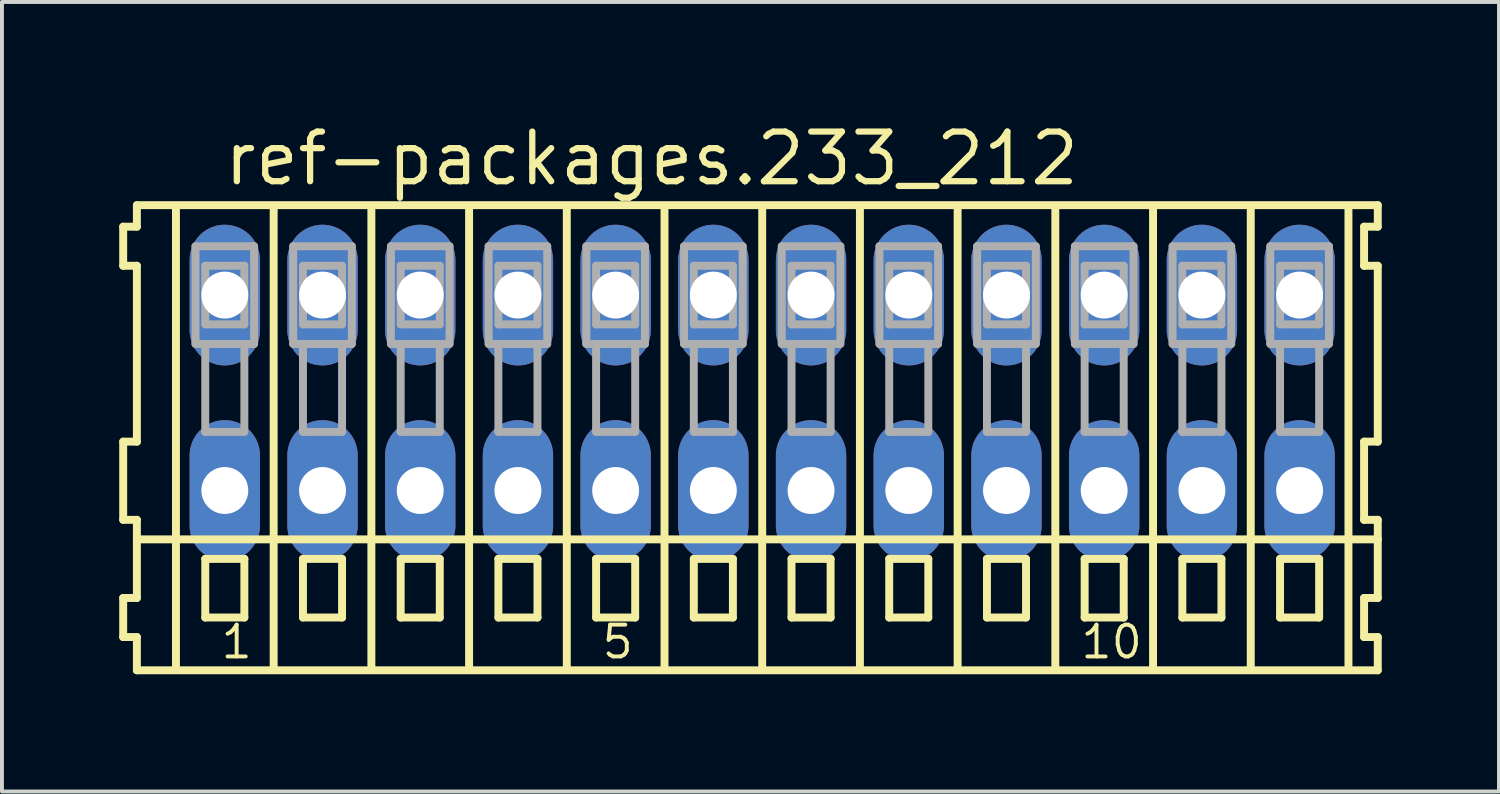
<source format=kicad_pcb>
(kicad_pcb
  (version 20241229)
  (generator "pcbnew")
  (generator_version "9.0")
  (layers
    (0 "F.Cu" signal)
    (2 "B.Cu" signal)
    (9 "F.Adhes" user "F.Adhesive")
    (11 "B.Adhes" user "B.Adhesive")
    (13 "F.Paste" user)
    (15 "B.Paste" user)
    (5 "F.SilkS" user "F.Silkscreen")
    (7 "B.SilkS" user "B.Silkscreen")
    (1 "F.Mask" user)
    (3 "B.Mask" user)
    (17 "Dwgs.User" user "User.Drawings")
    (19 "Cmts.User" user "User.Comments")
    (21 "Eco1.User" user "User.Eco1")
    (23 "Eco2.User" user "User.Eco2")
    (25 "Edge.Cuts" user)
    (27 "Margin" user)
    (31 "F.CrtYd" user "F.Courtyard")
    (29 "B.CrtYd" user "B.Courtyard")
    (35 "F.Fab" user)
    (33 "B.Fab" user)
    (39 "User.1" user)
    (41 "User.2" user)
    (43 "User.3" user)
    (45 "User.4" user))
  (footprint "ref-packages.233_212"
    (layer "F.Cu")
    (at 16.452 7)
    (property "Reference" "ref-packages.233_212" (at -13.85 -5.25 0) (layer "F.SilkS") (effects (font (size 1.27 1.27) (thickness 0.16)) (justify left bottom)))
    (attr through_hole)
    (fp_line (start -16.35 -4.25) (end -16.35 -3.25) (stroke (width 0.203) (type default)) (layer "F.SilkS"))
    (fp_line (start -16.35 -3.25) (end -16 -3.25) (stroke (width 0.203) (type default)) (layer "F.SilkS"))
    (fp_line (start -16.35 1.25) (end -16.35 3.25) (stroke (width 0.203) (type default)) (layer "F.SilkS"))
    (fp_line (start -16.35 3.25) (end -16 3.25) (stroke (width 0.203) (type default)) (layer "F.SilkS"))
    (fp_line (start -16.35 5.25) (end -16.35 6.25) (stroke (width 0.203) (type default)) (layer "F.SilkS"))
    (fp_line (start -16.35 6.25) (end -16 6.25) (stroke (width 0.203) (type default)) (layer "F.SilkS"))
    (fp_line (start -16 -4.8) (end -16 -4.25) (stroke (width 0.203) (type default)) (layer "F.SilkS"))
    (fp_line (start -16 -4.25) (end -16.35 -4.25) (stroke (width 0.203) (type default)) (layer "F.SilkS"))
    (fp_line (start -16 -3.25) (end -16 1.25) (stroke (width 0.203) (type default)) (layer "F.SilkS"))
    (fp_line (start -16 1.25) (end -16.35 1.25) (stroke (width 0.203) (type default)) (layer "F.SilkS"))
    (fp_line (start -16 3.25) (end -16 5.25) (stroke (width 0.203) (type default)) (layer "F.SilkS"))
    (fp_line (start -16 3.75) (end 15.75 3.75) (stroke (width 0.203) (type default)) (layer "F.SilkS"))
    (fp_line (start -16 5.25) (end -16.35 5.25) (stroke (width 0.203) (type default)) (layer "F.SilkS"))
    (fp_line (start -16 6.25) (end -16 7.1) (stroke (width 0.203) (type default)) (layer "F.SilkS"))
    (fp_line (start -16 7.1) (end 15.75 7.1) (stroke (width 0.203) (type default)) (layer "F.SilkS"))
    (fp_line (start -15 -4.75) (end -15 7) (stroke (width 0.203) (type default)) (layer "F.SilkS"))
    (fp_line (start -14.25 4.25) (end -14.25 5.75) (stroke (width 0.203) (type default)) (layer "F.SilkS"))
    (fp_line (start -14.25 5.75) (end -13.25 5.75) (stroke (width 0.203) (type default)) (layer "F.SilkS"))
    (fp_line (start -13.25 4.25) (end -14.25 4.25) (stroke (width 0.203) (type default)) (layer "F.SilkS"))
    (fp_line (start -13.25 5.75) (end -13.25 4.25) (stroke (width 0.203) (type default)) (layer "F.SilkS"))
    (fp_line (start -12.5 -4.75) (end -12.5 7) (stroke (width 0.203) (type default)) (layer "F.SilkS"))
    (fp_line (start -11.75 4.25) (end -11.75 5.75) (stroke (width 0.203) (type default)) (layer "F.SilkS"))
    (fp_line (start -11.75 5.75) (end -10.75 5.75) (stroke (width 0.203) (type default)) (layer "F.SilkS"))
    (fp_line (start -10.75 4.25) (end -11.75 4.25) (stroke (width 0.203) (type default)) (layer "F.SilkS"))
    (fp_line (start -10.75 5.75) (end -10.75 4.25) (stroke (width 0.203) (type default)) (layer "F.SilkS"))
    (fp_line (start -10 -4.75) (end -10 7) (stroke (width 0.203) (type default)) (layer "F.SilkS"))
    (fp_line (start -9.25 4.25) (end -9.25 5.75) (stroke (width 0.203) (type default)) (layer "F.SilkS"))
    (fp_line (start -9.25 5.75) (end -8.25 5.75) (stroke (width 0.203) (type default)) (layer "F.SilkS"))
    (fp_line (start -8.25 4.25) (end -9.25 4.25) (stroke (width 0.203) (type default)) (layer "F.SilkS"))
    (fp_line (start -8.25 5.75) (end -8.25 4.25) (stroke (width 0.203) (type default)) (layer "F.SilkS"))
    (fp_line (start -7.5 -4.75) (end -7.5 7) (stroke (width 0.203) (type default)) (layer "F.SilkS"))
    (fp_line (start -6.75 4.25) (end -6.75 5.75) (stroke (width 0.203) (type default)) (layer "F.SilkS"))
    (fp_line (start -6.75 5.75) (end -5.75 5.75) (stroke (width 0.203) (type default)) (layer "F.SilkS"))
    (fp_line (start -5.75 4.25) (end -6.75 4.25) (stroke (width 0.203) (type default)) (layer "F.SilkS"))
    (fp_line (start -5.75 5.75) (end -5.75 4.25) (stroke (width 0.203) (type default)) (layer "F.SilkS"))
    (fp_line (start -5 -4.75) (end -5 7) (stroke (width 0.203) (type default)) (layer "F.SilkS"))
    (fp_line (start -4.25 4.25) (end -4.25 5.75) (stroke (width 0.203) (type default)) (layer "F.SilkS"))
    (fp_line (start -4.25 5.75) (end -3.25 5.75) (stroke (width 0.203) (type default)) (layer "F.SilkS"))
    (fp_line (start -3.25 4.25) (end -4.25 4.25) (stroke (width 0.203) (type default)) (layer "F.SilkS"))
    (fp_line (start -3.25 5.75) (end -3.25 4.25) (stroke (width 0.203) (type default)) (layer "F.SilkS"))
    (fp_line (start -2.5 -4.75) (end -2.5 7) (stroke (width 0.203) (type default)) (layer "F.SilkS"))
    (fp_line (start -1.75 4.25) (end -1.75 5.75) (stroke (width 0.203) (type default)) (layer "F.SilkS"))
    (fp_line (start -1.75 5.75) (end -0.75 5.75) (stroke (width 0.203) (type default)) (layer "F.SilkS"))
    (fp_line (start -0.75 4.25) (end -1.75 4.25) (stroke (width 0.203) (type default)) (layer "F.SilkS"))
    (fp_line (start -0.75 5.75) (end -0.75 4.25) (stroke (width 0.203) (type default)) (layer "F.SilkS"))
    (fp_line (start 0 -4.75) (end 0 7) (stroke (width 0.203) (type default)) (layer "F.SilkS"))
    (fp_line (start 0.75 4.25) (end 0.75 5.75) (stroke (width 0.203) (type default)) (layer "F.SilkS"))
    (fp_line (start 0.75 5.75) (end 1.75 5.75) (stroke (width 0.203) (type default)) (layer "F.SilkS"))
    (fp_line (start 1.75 4.25) (end 0.75 4.25) (stroke (width 0.203) (type default)) (layer "F.SilkS"))
    (fp_line (start 1.75 5.75) (end 1.75 4.25) (stroke (width 0.203) (type default)) (layer "F.SilkS"))
    (fp_line (start 2.5 -4.75) (end 2.5 7) (stroke (width 0.203) (type default)) (layer "F.SilkS"))
    (fp_line (start 3.25 4.25) (end 3.25 5.75) (stroke (width 0.203) (type default)) (layer "F.SilkS"))
    (fp_line (start 3.25 5.75) (end 4.25 5.75) (stroke (width 0.203) (type default)) (layer "F.SilkS"))
    (fp_line (start 4.25 4.25) (end 3.25 4.25) (stroke (width 0.203) (type default)) (layer "F.SilkS"))
    (fp_line (start 4.25 5.75) (end 4.25 4.25) (stroke (width 0.203) (type default)) (layer "F.SilkS"))
    (fp_line (start 5 -4.75) (end 5 7) (stroke (width 0.203) (type default)) (layer "F.SilkS"))
    (fp_line (start 5.75 4.25) (end 5.75 5.75) (stroke (width 0.203) (type default)) (layer "F.SilkS"))
    (fp_line (start 5.75 5.75) (end 6.75 5.75) (stroke (width 0.203) (type default)) (layer "F.SilkS"))
    (fp_line (start 6.75 4.25) (end 5.75 4.25) (stroke (width 0.203) (type default)) (layer "F.SilkS"))
    (fp_line (start 6.75 5.75) (end 6.75 4.25) (stroke (width 0.203) (type default)) (layer "F.SilkS"))
    (fp_line (start 7.5 -4.75) (end 7.5 7) (stroke (width 0.203) (type default)) (layer "F.SilkS"))
    (fp_line (start 8.25 4.25) (end 8.25 5.75) (stroke (width 0.203) (type default)) (layer "F.SilkS"))
    (fp_line (start 8.25 5.75) (end 9.25 5.75) (stroke (width 0.203) (type default)) (layer "F.SilkS"))
    (fp_line (start 9.25 4.25) (end 8.25 4.25) (stroke (width 0.203) (type default)) (layer "F.SilkS"))
    (fp_line (start 9.25 5.75) (end 9.25 4.25) (stroke (width 0.203) (type default)) (layer "F.SilkS"))
    (fp_line (start 10 -4.75) (end 10 7) (stroke (width 0.203) (type default)) (layer "F.SilkS"))
    (fp_line (start 10.75 4.25) (end 10.75 5.75) (stroke (width 0.203) (type default)) (layer "F.SilkS"))
    (fp_line (start 10.75 5.75) (end 11.75 5.75) (stroke (width 0.203) (type default)) (layer "F.SilkS"))
    (fp_line (start 11.75 4.25) (end 10.75 4.25) (stroke (width 0.203) (type default)) (layer "F.SilkS"))
    (fp_line (start 11.75 5.75) (end 11.75 4.25) (stroke (width 0.203) (type default)) (layer "F.SilkS"))
    (fp_line (start 12.5 -4.75) (end 12.5 7) (stroke (width 0.203) (type default)) (layer "F.SilkS"))
    (fp_line (start 13.25 4.25) (end 13.25 5.75) (stroke (width 0.203) (type default)) (layer "F.SilkS"))
    (fp_line (start 13.25 5.75) (end 14.25 5.75) (stroke (width 0.203) (type default)) (layer "F.SilkS"))
    (fp_line (start 14.25 4.25) (end 13.25 4.25) (stroke (width 0.203) (type default)) (layer "F.SilkS"))
    (fp_line (start 14.25 5.75) (end 14.25 4.25) (stroke (width 0.203) (type default)) (layer "F.SilkS"))
    (fp_line (start 15 -4.75) (end 15 7) (stroke (width 0.203) (type default)) (layer "F.SilkS"))
    (fp_line (start 15.4 -4.25) (end 15.4 -3.25) (stroke (width 0.203) (type default)) (layer "F.SilkS"))
    (fp_line (start 15.4 -3.25) (end 15.75 -3.25) (stroke (width 0.203) (type default)) (layer "F.SilkS"))
    (fp_line (start 15.4 1.25) (end 15.4 3.25) (stroke (width 0.203) (type default)) (layer "F.SilkS"))
    (fp_line (start 15.4 3.25) (end 15.75 3.25) (stroke (width 0.203) (type default)) (layer "F.SilkS"))
    (fp_line (start 15.4 5.25) (end 15.4 6.25) (stroke (width 0.203) (type default)) (layer "F.SilkS"))
    (fp_line (start 15.4 6.25) (end 15.75 6.25) (stroke (width 0.203) (type default)) (layer "F.SilkS"))
    (fp_line (start 15.75 -4.8) (end -16 -4.8) (stroke (width 0.203) (type default)) (layer "F.SilkS"))
    (fp_line (start 15.75 -4.25) (end 15.4 -4.25) (stroke (width 0.203) (type default)) (layer "F.SilkS"))
    (fp_line (start 15.75 -4.25) (end 15.75 -4.8) (stroke (width 0.203) (type default)) (layer "F.SilkS"))
    (fp_line (start 15.75 1.25) (end 15.4 1.25) (stroke (width 0.203) (type default)) (layer "F.SilkS"))
    (fp_line (start 15.75 1.25) (end 15.75 -3.25) (stroke (width 0.203) (type default)) (layer "F.SilkS"))
    (fp_line (start 15.75 3.75) (end 15.75 3.25) (stroke (width 0.203) (type default)) (layer "F.SilkS"))
    (fp_line (start 15.75 5.25) (end 15.4 5.25) (stroke (width 0.203) (type default)) (layer "F.SilkS"))
    (fp_line (start 15.75 5.25) (end 15.75 3.75) (stroke (width 0.203) (type default)) (layer "F.SilkS"))
    (fp_line (start 15.75 7.1) (end 15.75 6.25) (stroke (width 0.203) (type default)) (layer "F.SilkS"))
    (fp_line (start -14.5 -3.75) (end -14.5 -1.25) (stroke (width 0.203) (type default)) (layer "F.Fab"))
    (fp_line (start -14.5 -1.25) (end -14.25 -1.25) (stroke (width 0.203) (type default)) (layer "F.Fab"))
    (fp_line (start -14.25 -3.25) (end -14.25 -1.75) (stroke (width 0.203) (type default)) (layer "F.Fab"))
    (fp_line (start -14.25 -1.75) (end -13.25 -1.75) (stroke (width 0.203) (type default)) (layer "F.Fab"))
    (fp_line (start -14.25 -1.25) (end -14.25 1) (stroke (width 0.203) (type default)) (layer "F.Fab"))
    (fp_line (start -14.25 -1.25) (end -13.25 -1.25) (stroke (width 0.203) (type default)) (layer "F.Fab"))
    (fp_line (start -14.25 1) (end -13.25 1) (stroke (width 0.203) (type default)) (layer "F.Fab"))
    (fp_line (start -13.25 -3.25) (end -14.25 -3.25) (stroke (width 0.203) (type default)) (layer "F.Fab"))
    (fp_line (start -13.25 -1.75) (end -13.25 -3.25) (stroke (width 0.203) (type default)) (layer "F.Fab"))
    (fp_line (start -13.25 -1.25) (end -13 -1.25) (stroke (width 0.203) (type default)) (layer "F.Fab"))
    (fp_line (start -13.25 1) (end -13.25 -1.25) (stroke (width 0.203) (type default)) (layer "F.Fab"))
    (fp_line (start -13 -3.75) (end -14.5 -3.75) (stroke (width 0.203) (type default)) (layer "F.Fab"))
    (fp_line (start -13 -1.25) (end -13 -3.75) (stroke (width 0.203) (type default)) (layer "F.Fab"))
    (fp_line (start -12 -3.75) (end -12 -1.25) (stroke (width 0.203) (type default)) (layer "F.Fab"))
    (fp_line (start -12 -1.25) (end -11.75 -1.25) (stroke (width 0.203) (type default)) (layer "F.Fab"))
    (fp_line (start -11.75 -3.25) (end -11.75 -1.75) (stroke (width 0.203) (type default)) (layer "F.Fab"))
    (fp_line (start -11.75 -1.75) (end -10.75 -1.75) (stroke (width 0.203) (type default)) (layer "F.Fab"))
    (fp_line (start -11.75 -1.25) (end -11.75 1) (stroke (width 0.203) (type default)) (layer "F.Fab"))
    (fp_line (start -11.75 -1.25) (end -10.75 -1.25) (stroke (width 0.203) (type default)) (layer "F.Fab"))
    (fp_line (start -11.75 1) (end -10.75 1) (stroke (width 0.203) (type default)) (layer "F.Fab"))
    (fp_line (start -10.75 -3.25) (end -11.75 -3.25) (stroke (width 0.203) (type default)) (layer "F.Fab"))
    (fp_line (start -10.75 -1.75) (end -10.75 -3.25) (stroke (width 0.203) (type default)) (layer "F.Fab"))
    (fp_line (start -10.75 -1.25) (end -10.5 -1.25) (stroke (width 0.203) (type default)) (layer "F.Fab"))
    (fp_line (start -10.75 1) (end -10.75 -1.25) (stroke (width 0.203) (type default)) (layer "F.Fab"))
    (fp_line (start -10.5 -3.75) (end -12 -3.75) (stroke (width 0.203) (type default)) (layer "F.Fab"))
    (fp_line (start -10.5 -1.25) (end -10.5 -3.75) (stroke (width 0.203) (type default)) (layer "F.Fab"))
    (fp_line (start -9.5 -3.75) (end -9.5 -1.25) (stroke (width 0.203) (type default)) (layer "F.Fab"))
    (fp_line (start -9.5 -1.25) (end -9.25 -1.25) (stroke (width 0.203) (type default)) (layer "F.Fab"))
    (fp_line (start -9.25 -3.25) (end -9.25 -1.75) (stroke (width 0.203) (type default)) (layer "F.Fab"))
    (fp_line (start -9.25 -1.75) (end -8.25 -1.75) (stroke (width 0.203) (type default)) (layer "F.Fab"))
    (fp_line (start -9.25 -1.25) (end -9.25 1) (stroke (width 0.203) (type default)) (layer "F.Fab"))
    (fp_line (start -9.25 -1.25) (end -8.25 -1.25) (stroke (width 0.203) (type default)) (layer "F.Fab"))
    (fp_line (start -9.25 1) (end -8.25 1) (stroke (width 0.203) (type default)) (layer "F.Fab"))
    (fp_line (start -8.25 -3.25) (end -9.25 -3.25) (stroke (width 0.203) (type default)) (layer "F.Fab"))
    (fp_line (start -8.25 -1.75) (end -8.25 -3.25) (stroke (width 0.203) (type default)) (layer "F.Fab"))
    (fp_line (start -8.25 -1.25) (end -8 -1.25) (stroke (width 0.203) (type default)) (layer "F.Fab"))
    (fp_line (start -8.25 1) (end -8.25 -1.25) (stroke (width 0.203) (type default)) (layer "F.Fab"))
    (fp_line (start -8 -3.75) (end -9.5 -3.75) (stroke (width 0.203) (type default)) (layer "F.Fab"))
    (fp_line (start -8 -1.25) (end -8 -3.75) (stroke (width 0.203) (type default)) (layer "F.Fab"))
    (fp_line (start -7 -3.75) (end -7 -1.25) (stroke (width 0.203) (type default)) (layer "F.Fab"))
    (fp_line (start -7 -1.25) (end -6.75 -1.25) (stroke (width 0.203) (type default)) (layer "F.Fab"))
    (fp_line (start -6.75 -3.25) (end -6.75 -1.75) (stroke (width 0.203) (type default)) (layer "F.Fab"))
    (fp_line (start -6.75 -1.75) (end -5.75 -1.75) (stroke (width 0.203) (type default)) (layer "F.Fab"))
    (fp_line (start -6.75 -1.25) (end -6.75 1) (stroke (width 0.203) (type default)) (layer "F.Fab"))
    (fp_line (start -6.75 -1.25) (end -5.75 -1.25) (stroke (width 0.203) (type default)) (layer "F.Fab"))
    (fp_line (start -6.75 1) (end -5.75 1) (stroke (width 0.203) (type default)) (layer "F.Fab"))
    (fp_line (start -5.75 -3.25) (end -6.75 -3.25) (stroke (width 0.203) (type default)) (layer "F.Fab"))
    (fp_line (start -5.75 -1.75) (end -5.75 -3.25) (stroke (width 0.203) (type default)) (layer "F.Fab"))
    (fp_line (start -5.75 -1.25) (end -5.5 -1.25) (stroke (width 0.203) (type default)) (layer "F.Fab"))
    (fp_line (start -5.75 1) (end -5.75 -1.25) (stroke (width 0.203) (type default)) (layer "F.Fab"))
    (fp_line (start -5.5 -3.75) (end -7 -3.75) (stroke (width 0.203) (type default)) (layer "F.Fab"))
    (fp_line (start -5.5 -1.25) (end -5.5 -3.75) (stroke (width 0.203) (type default)) (layer "F.Fab"))
    (fp_line (start -4.5 -3.75) (end -4.5 -1.25) (stroke (width 0.203) (type default)) (layer "F.Fab"))
    (fp_line (start -4.5 -1.25) (end -4.25 -1.25) (stroke (width 0.203) (type default)) (layer "F.Fab"))
    (fp_line (start -4.25 -3.25) (end -4.25 -1.75) (stroke (width 0.203) (type default)) (layer "F.Fab"))
    (fp_line (start -4.25 -1.75) (end -3.25 -1.75) (stroke (width 0.203) (type default)) (layer "F.Fab"))
    (fp_line (start -4.25 -1.25) (end -4.25 1) (stroke (width 0.203) (type default)) (layer "F.Fab"))
    (fp_line (start -4.25 -1.25) (end -3.25 -1.25) (stroke (width 0.203) (type default)) (layer "F.Fab"))
    (fp_line (start -4.25 1) (end -3.25 1) (stroke (width 0.203) (type default)) (layer "F.Fab"))
    (fp_line (start -3.25 -3.25) (end -4.25 -3.25) (stroke (width 0.203) (type default)) (layer "F.Fab"))
    (fp_line (start -3.25 -1.75) (end -3.25 -3.25) (stroke (width 0.203) (type default)) (layer "F.Fab"))
    (fp_line (start -3.25 -1.25) (end -3 -1.25) (stroke (width 0.203) (type default)) (layer "F.Fab"))
    (fp_line (start -3.25 1) (end -3.25 -1.25) (stroke (width 0.203) (type default)) (layer "F.Fab"))
    (fp_line (start -3 -3.75) (end -4.5 -3.75) (stroke (width 0.203) (type default)) (layer "F.Fab"))
    (fp_line (start -3 -1.25) (end -3 -3.75) (stroke (width 0.203) (type default)) (layer "F.Fab"))
    (fp_line (start -2 -3.75) (end -2 -1.25) (stroke (width 0.203) (type default)) (layer "F.Fab"))
    (fp_line (start -2 -1.25) (end -1.75 -1.25) (stroke (width 0.203) (type default)) (layer "F.Fab"))
    (fp_line (start -1.75 -3.25) (end -1.75 -1.75) (stroke (width 0.203) (type default)) (layer "F.Fab"))
    (fp_line (start -1.75 -1.75) (end -0.75 -1.75) (stroke (width 0.203) (type default)) (layer "F.Fab"))
    (fp_line (start -1.75 -1.25) (end -1.75 1) (stroke (width 0.203) (type default)) (layer "F.Fab"))
    (fp_line (start -1.75 -1.25) (end -0.75 -1.25) (stroke (width 0.203) (type default)) (layer "F.Fab"))
    (fp_line (start -1.75 1) (end -0.75 1) (stroke (width 0.203) (type default)) (layer "F.Fab"))
    (fp_line (start -0.75 -3.25) (end -1.75 -3.25) (stroke (width 0.203) (type default)) (layer "F.Fab"))
    (fp_line (start -0.75 -1.75) (end -0.75 -3.25) (stroke (width 0.203) (type default)) (layer "F.Fab"))
    (fp_line (start -0.75 -1.25) (end -0.5 -1.25) (stroke (width 0.203) (type default)) (layer "F.Fab"))
    (fp_line (start -0.75 1) (end -0.75 -1.25) (stroke (width 0.203) (type default)) (layer "F.Fab"))
    (fp_line (start -0.5 -3.75) (end -2 -3.75) (stroke (width 0.203) (type default)) (layer "F.Fab"))
    (fp_line (start -0.5 -1.25) (end -0.5 -3.75) (stroke (width 0.203) (type default)) (layer "F.Fab"))
    (fp_line (start 0.5 -3.75) (end 0.5 -1.25) (stroke (width 0.203) (type default)) (layer "F.Fab"))
    (fp_line (start 0.5 -1.25) (end 0.75 -1.25) (stroke (width 0.203) (type default)) (layer "F.Fab"))
    (fp_line (start 0.75 -3.25) (end 0.75 -1.75) (stroke (width 0.203) (type default)) (layer "F.Fab"))
    (fp_line (start 0.75 -1.75) (end 1.75 -1.75) (stroke (width 0.203) (type default)) (layer "F.Fab"))
    (fp_line (start 0.75 -1.25) (end 0.75 1) (stroke (width 0.203) (type default)) (layer "F.Fab"))
    (fp_line (start 0.75 -1.25) (end 1.75 -1.25) (stroke (width 0.203) (type default)) (layer "F.Fab"))
    (fp_line (start 0.75 1) (end 1.75 1) (stroke (width 0.203) (type default)) (layer "F.Fab"))
    (fp_line (start 1.75 -3.25) (end 0.75 -3.25) (stroke (width 0.203) (type default)) (layer "F.Fab"))
    (fp_line (start 1.75 -1.75) (end 1.75 -3.25) (stroke (width 0.203) (type default)) (layer "F.Fab"))
    (fp_line (start 1.75 -1.25) (end 2 -1.25) (stroke (width 0.203) (type default)) (layer "F.Fab"))
    (fp_line (start 1.75 1) (end 1.75 -1.25) (stroke (width 0.203) (type default)) (layer "F.Fab"))
    (fp_line (start 2 -3.75) (end 0.5 -3.75) (stroke (width 0.203) (type default)) (layer "F.Fab"))
    (fp_line (start 2 -1.25) (end 2 -3.75) (stroke (width 0.203) (type default)) (layer "F.Fab"))
    (fp_line (start 3 -3.75) (end 3 -1.25) (stroke (width 0.203) (type default)) (layer "F.Fab"))
    (fp_line (start 3 -1.25) (end 3.25 -1.25) (stroke (width 0.203) (type default)) (layer "F.Fab"))
    (fp_line (start 3.25 -3.25) (end 3.25 -1.75) (stroke (width 0.203) (type default)) (layer "F.Fab"))
    (fp_line (start 3.25 -1.75) (end 4.25 -1.75) (stroke (width 0.203) (type default)) (layer "F.Fab"))
    (fp_line (start 3.25 -1.25) (end 3.25 1) (stroke (width 0.203) (type default)) (layer "F.Fab"))
    (fp_line (start 3.25 -1.25) (end 4.25 -1.25) (stroke (width 0.203) (type default)) (layer "F.Fab"))
    (fp_line (start 3.25 1) (end 4.25 1) (stroke (width 0.203) (type default)) (layer "F.Fab"))
    (fp_line (start 4.25 -3.25) (end 3.25 -3.25) (stroke (width 0.203) (type default)) (layer "F.Fab"))
    (fp_line (start 4.25 -1.75) (end 4.25 -3.25) (stroke (width 0.203) (type default)) (layer "F.Fab"))
    (fp_line (start 4.25 -1.25) (end 4.5 -1.25) (stroke (width 0.203) (type default)) (layer "F.Fab"))
    (fp_line (start 4.25 1) (end 4.25 -1.25) (stroke (width 0.203) (type default)) (layer "F.Fab"))
    (fp_line (start 4.5 -3.75) (end 3 -3.75) (stroke (width 0.203) (type default)) (layer "F.Fab"))
    (fp_line (start 4.5 -1.25) (end 4.5 -3.75) (stroke (width 0.203) (type default)) (layer "F.Fab"))
    (fp_line (start 5.5 -3.75) (end 5.5 -1.25) (stroke (width 0.203) (type default)) (layer "F.Fab"))
    (fp_line (start 5.5 -1.25) (end 5.75 -1.25) (stroke (width 0.203) (type default)) (layer "F.Fab"))
    (fp_line (start 5.75 -3.25) (end 5.75 -1.75) (stroke (width 0.203) (type default)) (layer "F.Fab"))
    (fp_line (start 5.75 -1.75) (end 6.75 -1.75) (stroke (width 0.203) (type default)) (layer "F.Fab"))
    (fp_line (start 5.75 -1.25) (end 5.75 1) (stroke (width 0.203) (type default)) (layer "F.Fab"))
    (fp_line (start 5.75 -1.25) (end 6.75 -1.25) (stroke (width 0.203) (type default)) (layer "F.Fab"))
    (fp_line (start 5.75 1) (end 6.75 1) (stroke (width 0.203) (type default)) (layer "F.Fab"))
    (fp_line (start 6.75 -3.25) (end 5.75 -3.25) (stroke (width 0.203) (type default)) (layer "F.Fab"))
    (fp_line (start 6.75 -1.75) (end 6.75 -3.25) (stroke (width 0.203) (type default)) (layer "F.Fab"))
    (fp_line (start 6.75 -1.25) (end 7 -1.25) (stroke (width 0.203) (type default)) (layer "F.Fab"))
    (fp_line (start 6.75 1) (end 6.75 -1.25) (stroke (width 0.203) (type default)) (layer "F.Fab"))
    (fp_line (start 7 -3.75) (end 5.5 -3.75) (stroke (width 0.203) (type default)) (layer "F.Fab"))
    (fp_line (start 7 -1.25) (end 7 -3.75) (stroke (width 0.203) (type default)) (layer "F.Fab"))
    (fp_line (start 8 -3.75) (end 8 -1.25) (stroke (width 0.203) (type default)) (layer "F.Fab"))
    (fp_line (start 8 -1.25) (end 8.25 -1.25) (stroke (width 0.203) (type default)) (layer "F.Fab"))
    (fp_line (start 8.25 -3.25) (end 8.25 -1.75) (stroke (width 0.203) (type default)) (layer "F.Fab"))
    (fp_line (start 8.25 -1.75) (end 9.25 -1.75) (stroke (width 0.203) (type default)) (layer "F.Fab"))
    (fp_line (start 8.25 -1.25) (end 8.25 1) (stroke (width 0.203) (type default)) (layer "F.Fab"))
    (fp_line (start 8.25 -1.25) (end 9.25 -1.25) (stroke (width 0.203) (type default)) (layer "F.Fab"))
    (fp_line (start 8.25 1) (end 9.25 1) (stroke (width 0.203) (type default)) (layer "F.Fab"))
    (fp_line (start 9.25 -3.25) (end 8.25 -3.25) (stroke (width 0.203) (type default)) (layer "F.Fab"))
    (fp_line (start 9.25 -1.75) (end 9.25 -3.25) (stroke (width 0.203) (type default)) (layer "F.Fab"))
    (fp_line (start 9.25 -1.25) (end 9.5 -1.25) (stroke (width 0.203) (type default)) (layer "F.Fab"))
    (fp_line (start 9.25 1) (end 9.25 -1.25) (stroke (width 0.203) (type default)) (layer "F.Fab"))
    (fp_line (start 9.5 -3.75) (end 8 -3.75) (stroke (width 0.203) (type default)) (layer "F.Fab"))
    (fp_line (start 9.5 -1.25) (end 9.5 -3.75) (stroke (width 0.203) (type default)) (layer "F.Fab"))
    (fp_line (start 10.5 -3.75) (end 10.5 -1.25) (stroke (width 0.203) (type default)) (layer "F.Fab"))
    (fp_line (start 10.5 -1.25) (end 10.75 -1.25) (stroke (width 0.203) (type default)) (layer "F.Fab"))
    (fp_line (start 10.75 -3.25) (end 10.75 -1.75) (stroke (width 0.203) (type default)) (layer "F.Fab"))
    (fp_line (start 10.75 -1.75) (end 11.75 -1.75) (stroke (width 0.203) (type default)) (layer "F.Fab"))
    (fp_line (start 10.75 -1.25) (end 10.75 1) (stroke (width 0.203) (type default)) (layer "F.Fab"))
    (fp_line (start 10.75 -1.25) (end 11.75 -1.25) (stroke (width 0.203) (type default)) (layer "F.Fab"))
    (fp_line (start 10.75 1) (end 11.75 1) (stroke (width 0.203) (type default)) (layer "F.Fab"))
    (fp_line (start 11.75 -3.25) (end 10.75 -3.25) (stroke (width 0.203) (type default)) (layer "F.Fab"))
    (fp_line (start 11.75 -1.75) (end 11.75 -3.25) (stroke (width 0.203) (type default)) (layer "F.Fab"))
    (fp_line (start 11.75 -1.25) (end 12 -1.25) (stroke (width 0.203) (type default)) (layer "F.Fab"))
    (fp_line (start 11.75 1) (end 11.75 -1.25) (stroke (width 0.203) (type default)) (layer "F.Fab"))
    (fp_line (start 12 -3.75) (end 10.5 -3.75) (stroke (width 0.203) (type default)) (layer "F.Fab"))
    (fp_line (start 12 -1.25) (end 12 -3.75) (stroke (width 0.203) (type default)) (layer "F.Fab"))
    (fp_line (start 13 -3.75) (end 13 -1.25) (stroke (width 0.203) (type default)) (layer "F.Fab"))
    (fp_line (start 13 -1.25) (end 13.25 -1.25) (stroke (width 0.203) (type default)) (layer "F.Fab"))
    (fp_line (start 13.25 -3.25) (end 13.25 -1.75) (stroke (width 0.203) (type default)) (layer "F.Fab"))
    (fp_line (start 13.25 -1.75) (end 14.25 -1.75) (stroke (width 0.203) (type default)) (layer "F.Fab"))
    (fp_line (start 13.25 -1.25) (end 13.25 1) (stroke (width 0.203) (type default)) (layer "F.Fab"))
    (fp_line (start 13.25 -1.25) (end 14.25 -1.25) (stroke (width 0.203) (type default)) (layer "F.Fab"))
    (fp_line (start 13.25 1) (end 14.25 1) (stroke (width 0.203) (type default)) (layer "F.Fab"))
    (fp_line (start 14.25 -3.25) (end 13.25 -3.25) (stroke (width 0.203) (type default)) (layer "F.Fab"))
    (fp_line (start 14.25 -1.75) (end 14.25 -3.25) (stroke (width 0.203) (type default)) (layer "F.Fab"))
    (fp_line (start 14.25 -1.25) (end 14.5 -1.25) (stroke (width 0.203) (type default)) (layer "F.Fab"))
    (fp_line (start 14.25 1) (end 14.25 -1.25) (stroke (width 0.203) (type default)) (layer "F.Fab"))
    (fp_line (start 14.5 -3.75) (end 13 -3.75) (stroke (width 0.203) (type default)) (layer "F.Fab"))
    (fp_line (start 14.5 -1.25) (end 14.5 -3.75) (stroke (width 0.203) (type default)) (layer "F.Fab"))
    (fp_text user "5" (at -4.15 6.85 0) (layer "F.SilkS") (effects (font (size 0.813 0.813) (thickness 0.1)) (justify left bottom)))
    (fp_text user "1" (at -13.9 6.85 0) (layer "F.SilkS") (effects (font (size 0.813 0.813) (thickness 0.1)) (justify left bottom)))
    (fp_text user "10" (at 8.1 6.85 0) (layer "F.SilkS") (effects (font (size 0.813 0.813) (thickness 0.1)) (justify left bottom)))
    (pad "A1" thru_hole oval (at -13.75 -2.5 90) (size 3.6 1.8) (drill 1.2) (layers "*.Cu" "*.Mask"))
    (pad "A2" thru_hole oval (at -11.25 -2.5 90) (size 3.6 1.8) (drill 1.2) (layers "*.Cu" "*.Mask"))
    (pad "A3" thru_hole oval (at -8.75 -2.5 90) (size 3.6 1.8) (drill 1.2) (layers "*.Cu" "*.Mask"))
    (pad "A4" thru_hole oval (at -6.25 -2.5 90) (size 3.6 1.8) (drill 1.2) (layers "*.Cu" "*.Mask"))
    (pad "A5" thru_hole oval (at -3.75 -2.5 90) (size 3.6 1.8) (drill 1.2) (layers "*.Cu" "*.Mask"))
    (pad "A6" thru_hole oval (at -1.25 -2.5 90) (size 3.6 1.8) (drill 1.2) (layers "*.Cu" "*.Mask"))
    (pad "A7" thru_hole oval (at 1.25 -2.5 90) (size 3.6 1.8) (drill 1.2) (layers "*.Cu" "*.Mask"))
    (pad "A8" thru_hole oval (at 3.75 -2.5 90) (size 3.6 1.8) (drill 1.2) (layers "*.Cu" "*.Mask"))
    (pad "A9" thru_hole oval (at 6.25 -2.5 90) (size 3.6 1.8) (drill 1.2) (layers "*.Cu" "*.Mask"))
    (pad "A10" thru_hole oval (at 8.75 -2.5 90) (size 3.6 1.8) (drill 1.2) (layers "*.Cu" "*.Mask"))
    (pad "A11" thru_hole oval (at 11.25 -2.5 90) (size 3.6 1.8) (drill 1.2) (layers "*.Cu" "*.Mask"))
    (pad "A12" thru_hole oval (at 13.75 -2.5 90) (size 3.6 1.8) (drill 1.2) (layers "*.Cu" "*.Mask"))
    (pad "B1" thru_hole oval (at -13.75 2.5 90) (size 3.6 1.8) (drill 1.2) (layers "*.Cu" "*.Mask"))
    (pad "B2" thru_hole oval (at -11.25 2.5 90) (size 3.6 1.8) (drill 1.2) (layers "*.Cu" "*.Mask"))
    (pad "B3" thru_hole oval (at -8.75 2.5 90) (size 3.6 1.8) (drill 1.2) (layers "*.Cu" "*.Mask"))
    (pad "B4" thru_hole oval (at -6.25 2.5 90) (size 3.6 1.8) (drill 1.2) (layers "*.Cu" "*.Mask"))
    (pad "B5" thru_hole oval (at -3.75 2.5 90) (size 3.6 1.8) (drill 1.2) (layers "*.Cu" "*.Mask"))
    (pad "B6" thru_hole oval (at -1.25 2.5 90) (size 3.6 1.8) (drill 1.2) (layers "*.Cu" "*.Mask"))
    (pad "B7" thru_hole oval (at 1.25 2.5 90) (size 3.6 1.8) (drill 1.2) (layers "*.Cu" "*.Mask"))
    (pad "B8" thru_hole oval (at 3.75 2.5 90) (size 3.6 1.8) (drill 1.2) (layers "*.Cu" "*.Mask"))
    (pad "B9" thru_hole oval (at 6.25 2.5 90) (size 3.6 1.8) (drill 1.2) (layers "*.Cu" "*.Mask"))
    (pad "B10" thru_hole oval (at 8.75 2.5 90) (size 3.6 1.8) (drill 1.2) (layers "*.Cu" "*.Mask"))
    (pad "B11" thru_hole oval (at 11.25 2.5 90) (size 3.6 1.8) (drill 1.2) (layers "*.Cu" "*.Mask"))
    (pad "B12" thru_hole oval (at 13.75 2.5 90) (size 3.6 1.8) (drill 1.2) (layers "*.Cu" "*.Mask")))
  (gr_rect
    (start -3 -3)
    (end 35.303 17.202)
    (stroke (width 0.1) (type default))
    (fill no)
    (layer "Edge.Cuts")))
</source>
